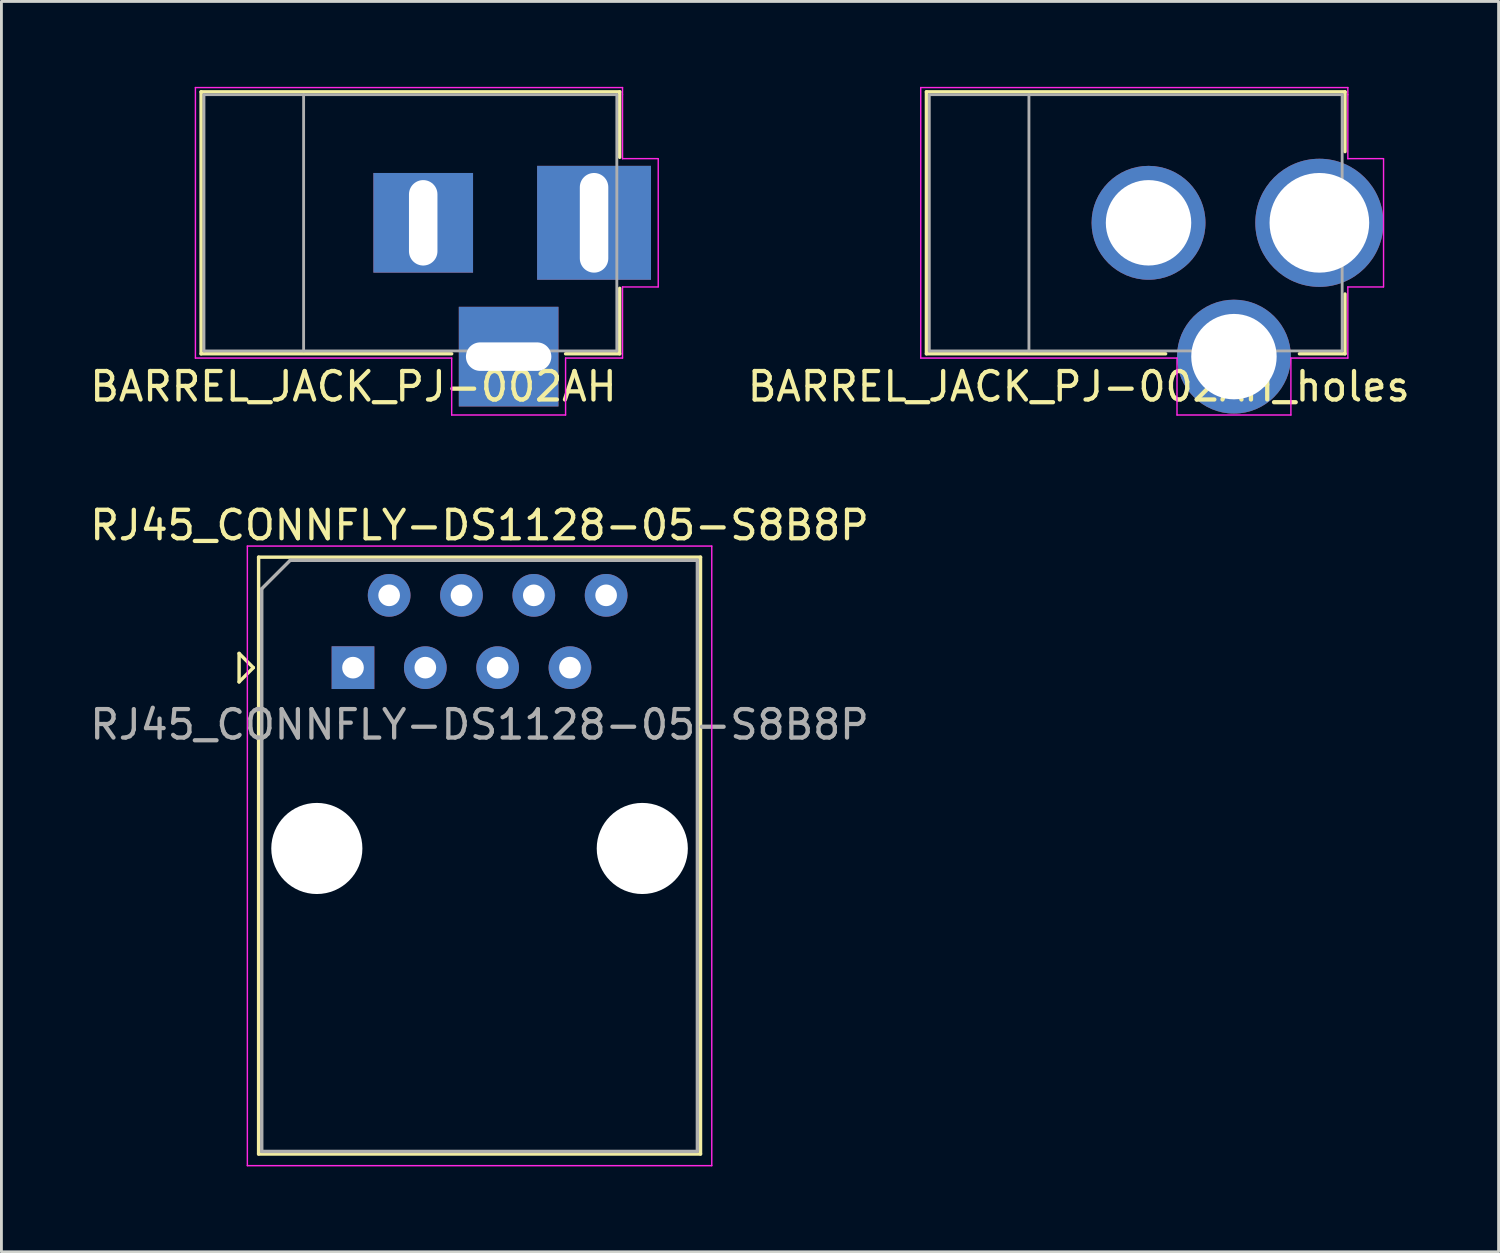
<source format=kicad_pcb>
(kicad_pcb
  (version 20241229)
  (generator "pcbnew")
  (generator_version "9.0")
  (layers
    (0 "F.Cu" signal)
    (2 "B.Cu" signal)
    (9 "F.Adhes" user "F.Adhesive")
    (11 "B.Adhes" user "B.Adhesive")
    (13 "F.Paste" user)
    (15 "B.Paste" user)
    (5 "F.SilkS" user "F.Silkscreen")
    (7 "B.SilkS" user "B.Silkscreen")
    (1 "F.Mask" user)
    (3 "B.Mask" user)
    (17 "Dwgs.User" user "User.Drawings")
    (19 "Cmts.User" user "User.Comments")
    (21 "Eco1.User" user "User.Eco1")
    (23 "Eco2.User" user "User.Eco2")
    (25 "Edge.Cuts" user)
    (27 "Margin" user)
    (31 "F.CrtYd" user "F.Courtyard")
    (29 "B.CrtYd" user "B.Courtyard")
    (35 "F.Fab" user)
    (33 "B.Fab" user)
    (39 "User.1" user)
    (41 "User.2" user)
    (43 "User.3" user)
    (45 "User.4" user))
  (footprint "BARREL_JACK_PJ-002AH"
    (layer "F.Cu")
    (at 17.813 4.775)
    (property "Reference" "BARREL_JACK_PJ-002AH" (at -8.45 5.75 180) (layer "F.SilkS") (effects (font (size 1 1) (thickness 0.15))))
    (attr through_hole)
    (fp_line (start -13.8 -4.6) (end 0.9 -4.6) (stroke (width 0.12) (type solid)) (layer "F.SilkS"))
    (fp_line (start -13.8 4.6) (end -13.8 -4.6) (stroke (width 0.12) (type solid)) (layer "F.SilkS"))
    (fp_line (start -5 4.6) (end -13.8 4.6) (stroke (width 0.12) (type solid)) (layer "F.SilkS"))
    (fp_line (start 0.9 -4.6) (end 0.9 -2.3) (stroke (width 0.12) (type solid)) (layer "F.SilkS"))
    (fp_line (start 0.9 2.3) (end 0.9 4.6) (stroke (width 0.12) (type solid)) (layer "F.SilkS"))
    (fp_line (start 0.9 4.6) (end -1 4.6) (stroke (width 0.12) (type solid)) (layer "F.SilkS"))
    (fp_line (start -14 4.75) (end -14 -4.75) (stroke (width 0.05) (type solid)) (layer "F.CrtYd"))
    (fp_line (start -5 4.75) (end -14 4.75) (stroke (width 0.05) (type solid)) (layer "F.CrtYd"))
    (fp_line (start -5 6.75) (end -5 4.75) (stroke (width 0.05) (type solid)) (layer "F.CrtYd"))
    (fp_line (start -1 4.75) (end -1 6.75) (stroke (width 0.05) (type solid)) (layer "F.CrtYd"))
    (fp_line (start -1 6.75) (end -5 6.75) (stroke (width 0.05) (type solid)) (layer "F.CrtYd"))
    (fp_line (start 1 -4.75) (end -14 -4.75) (stroke (width 0.05) (type solid)) (layer "F.CrtYd"))
    (fp_line (start 1 -4.5) (end 1 -4.75) (stroke (width 0.05) (type solid)) (layer "F.CrtYd"))
    (fp_line (start 1 -4.5) (end 1 -2.25) (stroke (width 0.05) (type solid)) (layer "F.CrtYd"))
    (fp_line (start 1 -2.254) (end 2.25 -2.254) (stroke (width 0.05) (type solid)) (layer "F.CrtYd"))
    (fp_line (start 1 2.25) (end 1 4.75) (stroke (width 0.05) (type solid)) (layer "F.CrtYd"))
    (fp_line (start 1 4.75) (end -1 4.75) (stroke (width 0.05) (type solid)) (layer "F.CrtYd"))
    (fp_line (start 2.25 2.254) (end 1 2.254) (stroke (width 0.05) (type solid)) (layer "F.CrtYd"))
    (fp_line (start 2.254 -2.25) (end 2.254 2.25) (stroke (width 0.05) (type solid)) (layer "F.CrtYd"))
    (fp_line (start -13.7 -4.5) (end -13.7 4.5) (stroke (width 0.1) (type solid)) (layer "F.Fab"))
    (fp_line (start -13.7 4.5) (end 0.8 4.5) (stroke (width 0.1) (type solid)) (layer "F.Fab"))
    (fp_line (start -10.2 -4.5) (end -10.2 4.5) (stroke (width 0.1) (type solid)) (layer "F.Fab"))
    (fp_line (start 0.8 -4.5) (end -13.7 -4.5) (stroke (width 0.1) (type solid)) (layer "F.Fab"))
    (fp_line (start 0.8 4.5) (end 0.8 -4.5) (stroke (width 0.1) (type solid)) (layer "F.Fab"))
    (pad "1" thru_hole rect (at 0 0) (size 4 4) (drill oval 1 3.5) (layers "*.Cu" "*.Mask"))
    (pad "2" thru_hole rect (at -6 0) (size 3.5 3.5) (drill oval 1 3) (layers "*.Cu" "*.Mask"))
    (pad "3" thru_hole rect (at -3 4.7) (size 3.5 3.5) (drill oval 3 1) (layers "*.Cu" "*.Mask")))
  (footprint "RJ45_CONNFLY-DS1128-05-S8B8P"
    (layer "F.Cu")
    (at 9.347 20.398)
    (property "Reference" "RJ45_CONNFLY-DS1128-05-S8B8P" (at 4.445 -5 0) (layer "F.SilkS") (effects (font (size 1 1) (thickness 0.15))))
    (attr through_hole)
    (fp_line (start -4 -0.5) (end -4 0.5) (stroke (width 0.12) (type solid)) (layer "F.SilkS"))
    (fp_line (start -4 0.5) (end -3.5 0) (stroke (width 0.12) (type solid)) (layer "F.SilkS"))
    (fp_line (start -3.5 0) (end -4 -0.5) (stroke (width 0.12) (type solid)) (layer "F.SilkS"))
    (fp_line (start -3.315 -3.88) (end -3.315 17.08) (stroke (width 0.12) (type solid)) (layer "F.SilkS"))
    (fp_line (start -3.315 17.08) (end 12.205 17.08) (stroke (width 0.12) (type solid)) (layer "F.SilkS"))
    (fp_line (start 12.205 -3.88) (end -3.315 -3.88) (stroke (width 0.12) (type solid)) (layer "F.SilkS"))
    (fp_line (start 12.205 -3.88) (end 12.205 17.08) (stroke (width 0.12) (type solid)) (layer "F.SilkS"))
    (fp_line (start -3.71 -4.27) (end -3.71 17.49) (stroke (width 0.05) (type solid)) (layer "F.CrtYd"))
    (fp_line (start -3.71 -4.27) (end 12.6 -4.27) (stroke (width 0.05) (type solid)) (layer "F.CrtYd"))
    (fp_line (start 12.6 17.49) (end -3.71 17.49) (stroke (width 0.05) (type solid)) (layer "F.CrtYd"))
    (fp_line (start 12.6 17.49) (end 12.6 -4.27) (stroke (width 0.05) (type solid)) (layer "F.CrtYd"))
    (fp_line (start -3.205 -2.77) (end -2.205 -3.77) (stroke (width 0.12) (type solid)) (layer "F.Fab"))
    (fp_line (start -3.205 16.96) (end -3.205 -2.77) (stroke (width 0.12) (type solid)) (layer "F.Fab"))
    (fp_line (start -2.205 -3.77) (end 12.095 -3.77) (stroke (width 0.12) (type solid)) (layer "F.Fab"))
    (fp_line (start 12.09 16.99) (end -3.21 16.99) (stroke (width 0.12) (type solid)) (layer "F.Fab"))
    (fp_line (start 12.095 -3.77) (end 12.095 16.96) (stroke (width 0.12) (type solid)) (layer "F.Fab"))
    (fp_text user "${REFERENCE}" (at 4.445 2 0) (layer "F.Fab") (effects (font (size 1 1) (thickness 0.15))))
    (pad "" np_thru_hole circle (at -1.27 6.35) (size 3.2 3.2) (drill 3.2) (layers "*.Cu" "*.Mask"))
    (pad "" np_thru_hole circle (at 10.16 6.35) (size 3.2 3.2) (drill 3.2) (layers "*.Cu" "*.Mask"))
    (pad "1" thru_hole rect (at 0 0) (size 1.5 1.5) (drill 0.76) (layers "*.Cu" "*.Mask"))
    (pad "2" thru_hole circle (at 1.27 -2.54) (size 1.5 1.5) (drill 0.76) (layers "*.Cu" "*.Mask"))
    (pad "3" thru_hole circle (at 2.54 0) (size 1.5 1.5) (drill 0.76) (layers "*.Cu" "*.Mask"))
    (pad "4" thru_hole circle (at 3.81 -2.54) (size 1.5 1.5) (drill 0.76) (layers "*.Cu" "*.Mask"))
    (pad "5" thru_hole circle (at 5.08 0) (size 1.5 1.5) (drill 0.76) (layers "*.Cu" "*.Mask"))
    (pad "6" thru_hole circle (at 6.35 -2.54) (size 1.5 1.5) (drill 0.76) (layers "*.Cu" "*.Mask"))
    (pad "7" thru_hole circle (at 7.62 0) (size 1.5 1.5) (drill 0.76) (layers "*.Cu" "*.Mask"))
    (pad "8" thru_hole circle (at 8.89 -2.54) (size 1.5 1.5) (drill 0.76) (layers "*.Cu" "*.Mask")))
  (footprint "BARREL_JACK_PJ-002AH_holes"
    (layer "F.Cu")
    (at 43.286 4.775)
    (property "Reference" "BARREL_JACK_PJ-002AH_holes" (at -8.45 5.75 180) (layer "F.SilkS") (effects (font (size 1 1) (thickness 0.15))))
    (attr through_hole)
    (fp_line (start -13.8 -4.6) (end 0.9 -4.6) (stroke (width 0.12) (type solid)) (layer "F.SilkS"))
    (fp_line (start -13.8 4.6) (end -13.8 -4.6) (stroke (width 0.12) (type solid)) (layer "F.SilkS"))
    (fp_line (start -5.4 4.6) (end -13.8 4.6) (stroke (width 0.12) (type solid)) (layer "F.SilkS"))
    (fp_line (start 0.9 -4.6) (end 0.9 -2.5) (stroke (width 0.12) (type solid)) (layer "F.SilkS"))
    (fp_line (start 0.9 2.5) (end 0.9 4.6) (stroke (width 0.12) (type solid)) (layer "F.SilkS"))
    (fp_line (start 0.9 4.6) (end -0.7 4.6) (stroke (width 0.12) (type solid)) (layer "F.SilkS"))
    (fp_line (start -14 4.75) (end -14 -4.75) (stroke (width 0.05) (type solid)) (layer "F.CrtYd"))
    (fp_line (start -5 4.75) (end -14 4.75) (stroke (width 0.05) (type solid)) (layer "F.CrtYd"))
    (fp_line (start -5 6.75) (end -5 4.75) (stroke (width 0.05) (type solid)) (layer "F.CrtYd"))
    (fp_line (start -1 4.75) (end -1 6.75) (stroke (width 0.05) (type solid)) (layer "F.CrtYd"))
    (fp_line (start -1 6.75) (end -5 6.75) (stroke (width 0.05) (type solid)) (layer "F.CrtYd"))
    (fp_line (start 1 -4.75) (end -14 -4.75) (stroke (width 0.05) (type solid)) (layer "F.CrtYd"))
    (fp_line (start 1 -4.5) (end 1 -4.75) (stroke (width 0.05) (type solid)) (layer "F.CrtYd"))
    (fp_line (start 1 -4.5) (end 1 -2.25) (stroke (width 0.05) (type solid)) (layer "F.CrtYd"))
    (fp_line (start 1 -2.254) (end 2.25 -2.254) (stroke (width 0.05) (type solid)) (layer "F.CrtYd"))
    (fp_line (start 1 2.25) (end 1 4.75) (stroke (width 0.05) (type solid)) (layer "F.CrtYd"))
    (fp_line (start 1 4.75) (end -1 4.75) (stroke (width 0.05) (type solid)) (layer "F.CrtYd"))
    (fp_line (start 2.25 2.254) (end 1 2.254) (stroke (width 0.05) (type solid)) (layer "F.CrtYd"))
    (fp_line (start 2.254 -2.25) (end 2.254 2.25) (stroke (width 0.05) (type solid)) (layer "F.CrtYd"))
    (fp_line (start -13.7 -4.5) (end -13.7 4.5) (stroke (width 0.1) (type solid)) (layer "F.Fab"))
    (fp_line (start -13.7 4.5) (end 0.8 4.5) (stroke (width 0.1) (type solid)) (layer "F.Fab"))
    (fp_line (start -10.2 -4.5) (end -10.2 4.5) (stroke (width 0.1) (type solid)) (layer "F.Fab"))
    (fp_line (start 0.8 -4.5) (end -13.7 -4.5) (stroke (width 0.1) (type solid)) (layer "F.Fab"))
    (fp_line (start 0.8 4.5) (end 0.8 -4.5) (stroke (width 0.1) (type solid)) (layer "F.Fab"))
    (pad "1" thru_hole circle (at 0 0) (size 4.5 4.5) (drill 3.5) (layers "*.Cu" "*.Mask"))
    (pad "2" thru_hole circle (at -6 0) (size 4 4) (drill 3) (layers "*.Cu" "*.Mask"))
    (pad "3" thru_hole circle (at -3 4.7) (size 4 4) (drill 3) (layers "*.Cu" "*.Mask")))
  (gr_rect
    (start -3 -3)
    (end 49.58 40.913)
    (stroke (width 0.1) (type default))
    (fill no)
    (layer "Edge.Cuts")))
</source>
